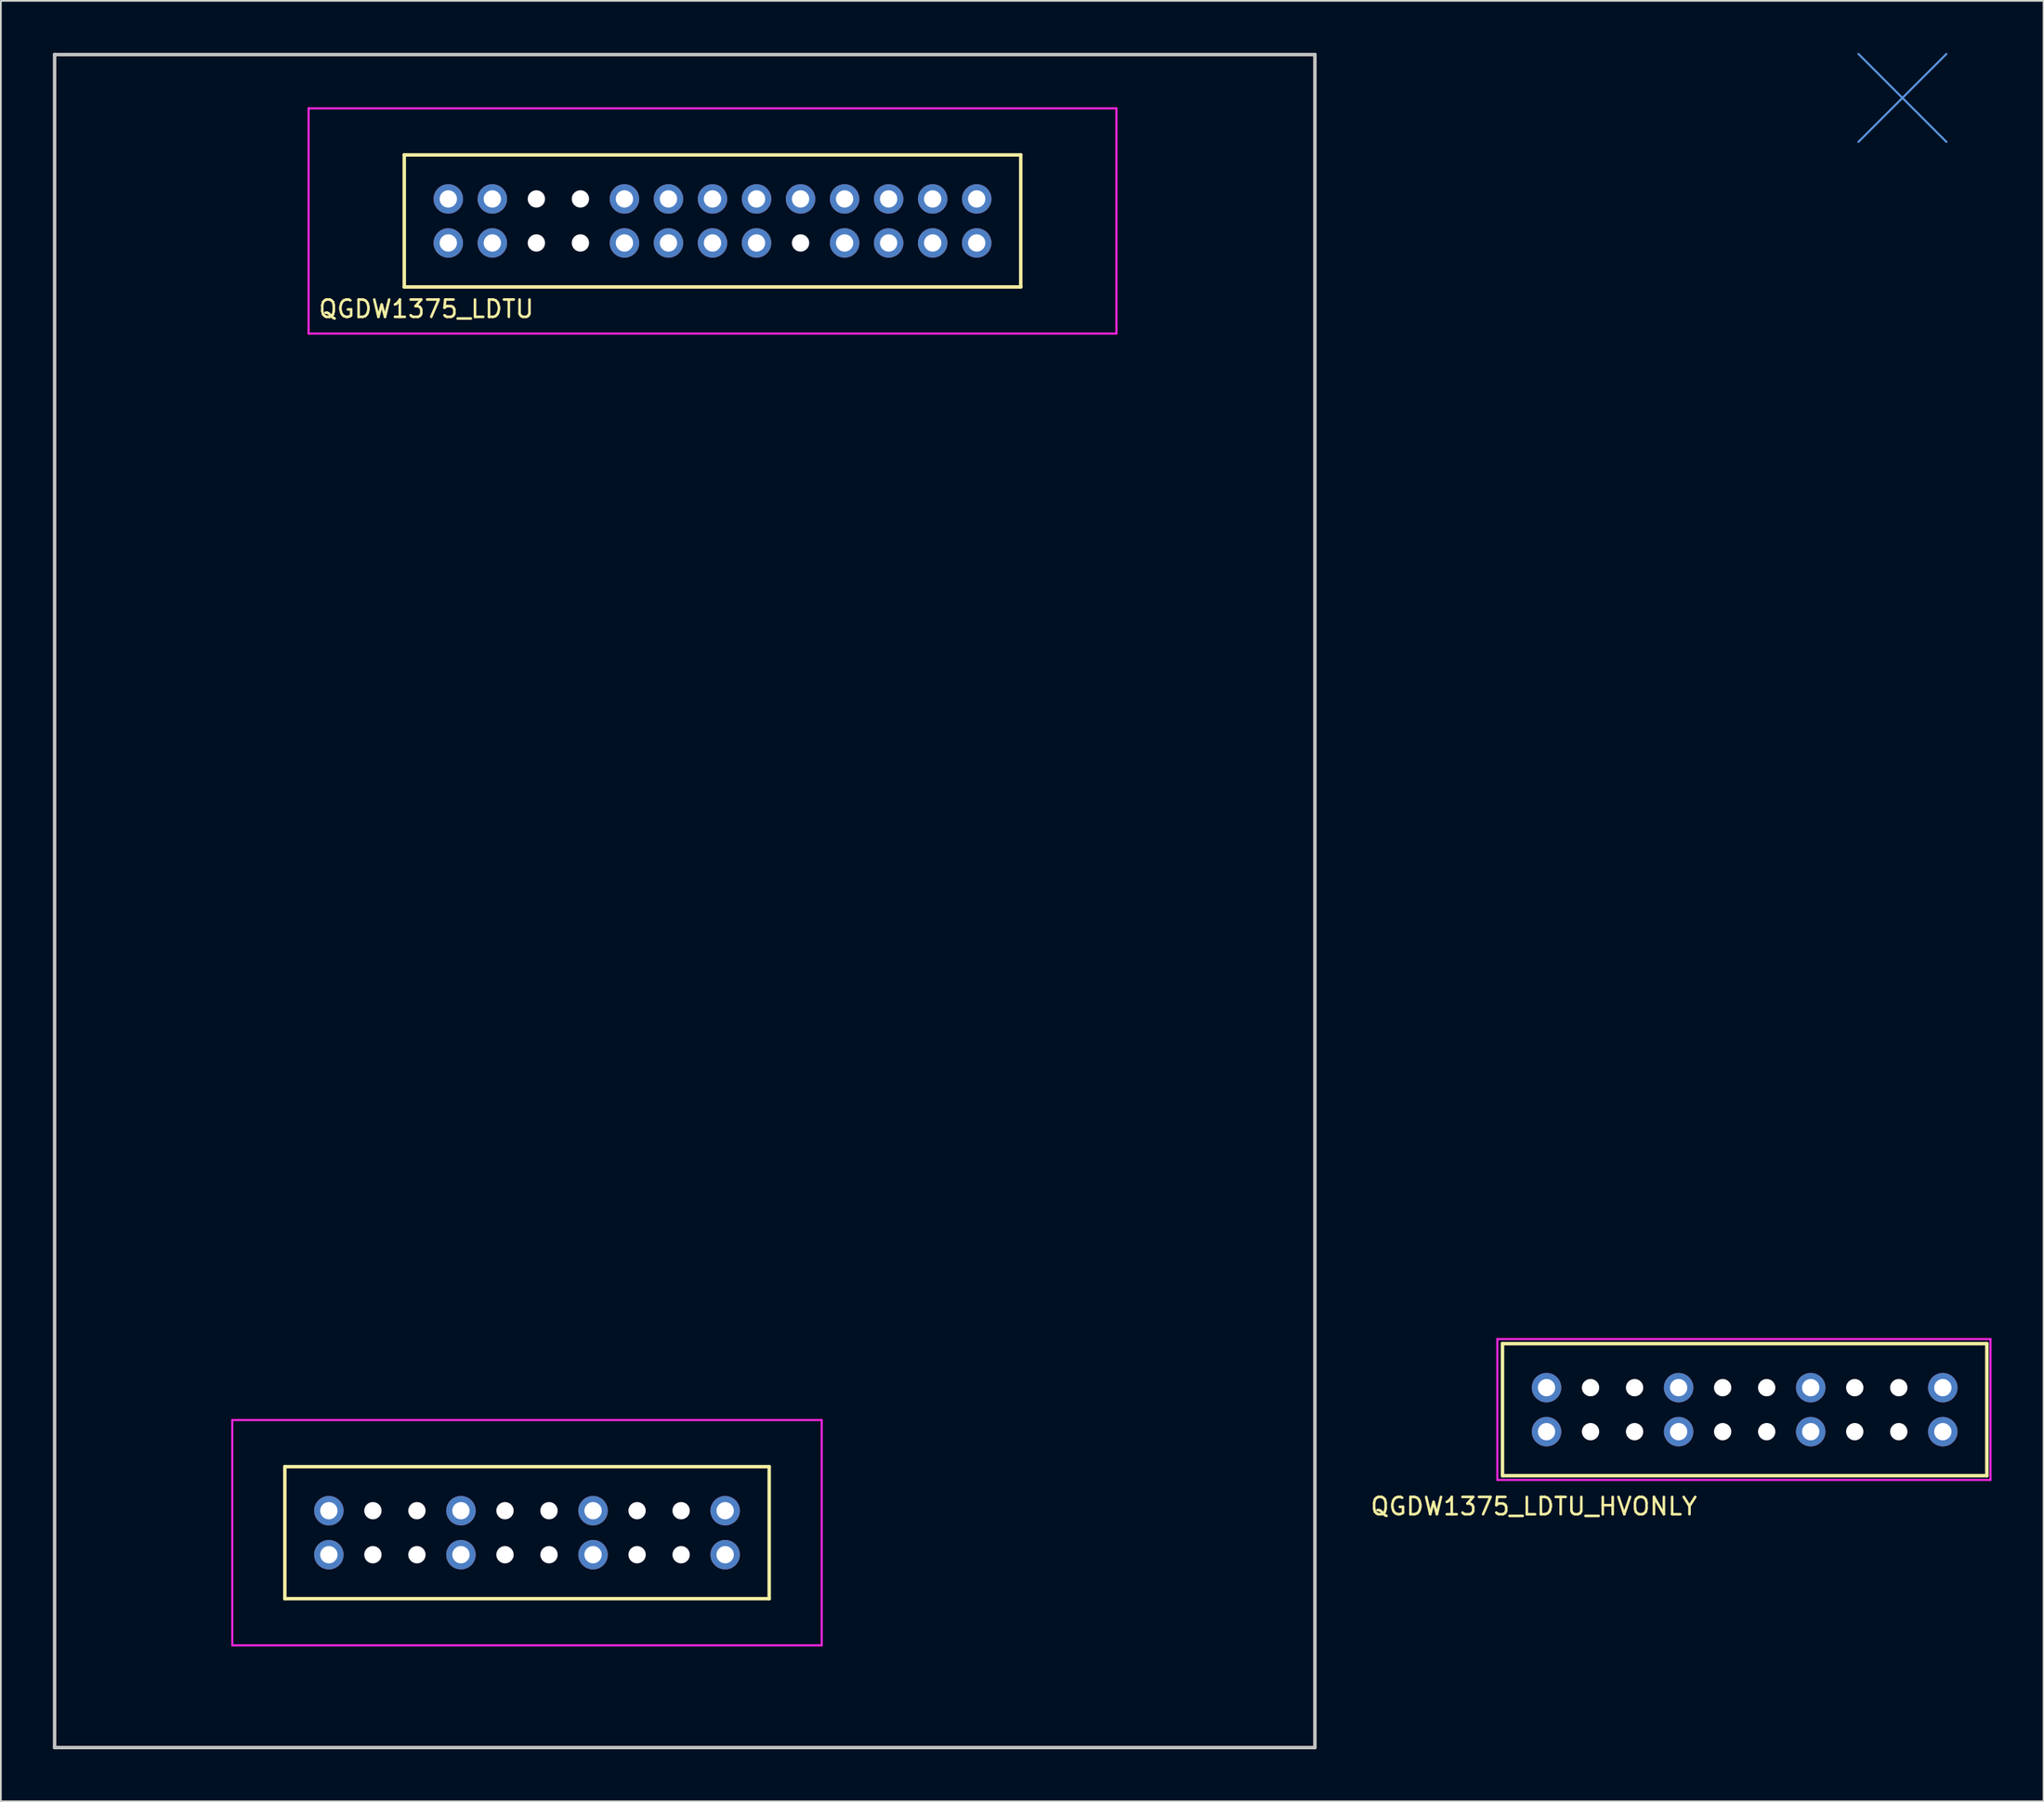
<source format=kicad_pcb>
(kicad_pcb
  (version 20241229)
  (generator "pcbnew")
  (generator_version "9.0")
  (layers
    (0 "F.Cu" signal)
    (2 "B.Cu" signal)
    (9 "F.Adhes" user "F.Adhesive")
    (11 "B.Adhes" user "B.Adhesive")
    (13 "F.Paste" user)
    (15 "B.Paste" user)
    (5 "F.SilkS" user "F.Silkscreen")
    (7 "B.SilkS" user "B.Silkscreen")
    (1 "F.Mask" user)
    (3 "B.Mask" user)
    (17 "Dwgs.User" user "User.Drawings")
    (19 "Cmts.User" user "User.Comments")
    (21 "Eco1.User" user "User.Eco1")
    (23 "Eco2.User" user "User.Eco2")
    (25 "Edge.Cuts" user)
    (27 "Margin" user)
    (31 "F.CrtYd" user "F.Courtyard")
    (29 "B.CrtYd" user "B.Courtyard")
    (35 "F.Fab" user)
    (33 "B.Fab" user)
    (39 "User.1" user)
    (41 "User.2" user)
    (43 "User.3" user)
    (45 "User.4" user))
  (footprint "QGDW1375_LDTU"
    (layer "F.Cu")
    (at 36.45 9.7)
    (property "Reference" "QGDW1375_LDTU" (at -14.91 5.08 0) (layer "F.SilkS") (effects (font (size 1 1) (thickness 0.15))))
    (attr through_hole)
    (fp_line (start -23.07 71.89) (end -23.07 79.51) (stroke (width 0.2) (type solid)) (layer "F.SilkS"))
    (fp_line (start -23.07 79.51) (end 4.87 79.51) (stroke (width 0.2) (type solid)) (layer "F.SilkS"))
    (fp_line (start -16.18 -3.81) (end -16.18 3.81) (stroke (width 0.2) (type solid)) (layer "F.SilkS"))
    (fp_line (start -16.18 -3.81) (end 19.38 -3.81) (stroke (width 0.2) (type solid)) (layer "F.SilkS"))
    (fp_line (start -16.18 3.81) (end 19.38 3.81) (stroke (width 0.2) (type solid)) (layer "F.SilkS"))
    (fp_line (start 4.87 71.89) (end -23.07 71.89) (stroke (width 0.2) (type solid)) (layer "F.SilkS"))
    (fp_line (start 4.87 79.51) (end 4.87 71.89) (stroke (width 0.2) (type solid)) (layer "F.SilkS"))
    (fp_line (start 19.38 3.81) (end 19.38 -3.81) (stroke (width 0.2) (type solid)) (layer "F.SilkS"))
    (fp_line (start -36.35 -9.6) (end -36.35 88.1) (stroke (width 0.2) (type solid)) (layer "Dwgs.User"))
    (fp_line (start -36.35 -9.6) (end 36.35 -9.6) (stroke (width 0.2) (type solid)) (layer "Dwgs.User"))
    (fp_line (start -36.35 88.1) (end 36.35 88.1) (stroke (width 0.2) (type solid)) (layer "Dwgs.User"))
    (fp_line (start 36.35 -9.6) (end 36.35 88.1) (stroke (width 0.2) (type solid)) (layer "Dwgs.User"))
    (fp_line (start -26.1 69.2) (end -26.1 82.2) (stroke (width 0.12) (type solid)) (layer "F.CrtYd"))
    (fp_line (start -26.1 82.2) (end 7.9 82.2) (stroke (width 0.12) (type solid)) (layer "F.CrtYd"))
    (fp_line (start -21.7 -6.5) (end -21.7 6.5) (stroke (width 0.12) (type solid)) (layer "F.CrtYd"))
    (fp_line (start -21.7 6.5) (end 24.9 6.5) (stroke (width 0.12) (type solid)) (layer "F.CrtYd"))
    (fp_line (start 7.9 69.2) (end -26.1 69.2) (stroke (width 0.12) (type solid)) (layer "F.CrtYd"))
    (fp_line (start 7.9 69.2) (end 7.9 82.2) (stroke (width 0.12) (type solid)) (layer "F.CrtYd"))
    (fp_line (start 24.9 -6.5) (end -21.7 -6.5) (stroke (width 0.12) (type solid)) (layer "F.CrtYd"))
    (fp_line (start 24.9 -6.5) (end 24.9 6.5) (stroke (width 0.12) (type solid)) (layer "F.CrtYd"))
    (pad "" np_thru_hole circle (at -17.99 74.43) (size 1 1) (drill 1) (layers "*.Cu" "*.Mask"))
    (pad "" np_thru_hole circle (at -17.99 76.97) (size 1 1) (drill 1) (layers "*.Cu" "*.Mask"))
    (pad "" np_thru_hole circle (at -15.45 74.43) (size 1 1) (drill 1) (layers "*.Cu" "*.Mask"))
    (pad "" np_thru_hole circle (at -15.45 76.97) (size 1 1) (drill 1) (layers "*.Cu" "*.Mask"))
    (pad "" np_thru_hole circle (at -10.37 74.43) (size 1 1) (drill 1) (layers "*.Cu" "*.Mask"))
    (pad "" np_thru_hole circle (at -10.37 76.97) (size 1 1) (drill 1) (layers "*.Cu" "*.Mask"))
    (pad "" np_thru_hole circle (at -8.56 -1.27) (size 1 1) (drill 1) (layers "*.Cu" "*.Mask"))
    (pad "" np_thru_hole circle (at -8.56 1.27) (size 1 1) (drill 1) (layers "*.Cu" "*.Mask"))
    (pad "" np_thru_hole circle (at -7.83 74.43) (size 1 1) (drill 1) (layers "*.Cu" "*.Mask"))
    (pad "" np_thru_hole circle (at -7.83 76.97) (size 1 1) (drill 1) (layers "*.Cu" "*.Mask"))
    (pad "" np_thru_hole circle (at -6.02 -1.27) (size 1 1) (drill 1) (layers "*.Cu" "*.Mask"))
    (pad "" np_thru_hole circle (at -6.02 1.27) (size 1 1) (drill 1) (layers "*.Cu" "*.Mask"))
    (pad "" np_thru_hole circle (at -2.75 74.43) (size 1 1) (drill 1) (layers "*.Cu" "*.Mask"))
    (pad "" np_thru_hole circle (at -2.75 76.97) (size 1 1) (drill 1) (layers "*.Cu" "*.Mask"))
    (pad "" np_thru_hole circle (at -0.21 74.43) (size 1 1) (drill 1) (layers "*.Cu" "*.Mask"))
    (pad "" np_thru_hole circle (at -0.21 76.97) (size 1 1) (drill 1) (layers "*.Cu" "*.Mask"))
    (pad "" np_thru_hole circle (at 6.68 1.27) (size 1 1) (drill 1) (layers "*.Cu" "*.Mask"))
    (pad "1" thru_hole circle (at -13.64 1.27) (size 1.7 1.7) (drill 1) (layers "*.Cu" "*.Mask"))
    (pad "2" thru_hole circle (at -13.64 -1.27) (size 1.7 1.7) (drill 1) (layers "*.Cu" "*.Mask"))
    (pad "3" thru_hole circle (at -11.1 1.27) (size 1.7 1.7) (drill 1) (layers "*.Cu" "*.Mask"))
    (pad "4" thru_hole circle (at -11.1 -1.27) (size 1.7 1.7) (drill 1) (layers "*.Cu" "*.Mask"))
    (pad "9" thru_hole circle (at -3.48 1.27) (size 1.7 1.7) (drill 1) (layers "*.Cu" "*.Mask"))
    (pad "10" thru_hole circle (at -3.48 -1.27) (size 1.7 1.7) (drill 1) (layers "*.Cu" "*.Mask"))
    (pad "11" thru_hole circle (at -0.94 1.27) (size 1.7 1.7) (drill 1) (layers "*.Cu" "*.Mask"))
    (pad "12" thru_hole circle (at -0.94 -1.27) (size 1.7 1.7) (drill 1) (layers "*.Cu" "*.Mask"))
    (pad "13" thru_hole circle (at 1.6 1.27) (size 1.7 1.7) (drill 1) (layers "*.Cu" "*.Mask"))
    (pad "14" thru_hole circle (at 1.6 -1.27) (size 1.7 1.7) (drill 1) (layers "*.Cu" "*.Mask"))
    (pad "15" thru_hole circle (at 4.14 1.27) (size 1.7 1.7) (drill 1) (layers "*.Cu" "*.Mask"))
    (pad "16" thru_hole circle (at 4.14 -1.27) (size 1.7 1.7) (drill 1) (layers "*.Cu" "*.Mask"))
    (pad "18" thru_hole circle (at 6.68 -1.27) (size 1.7 1.7) (drill 1) (layers "*.Cu" "*.Mask"))
    (pad "19" thru_hole circle (at 9.22 1.27) (size 1.7 1.7) (drill 1) (layers "*.Cu" "*.Mask"))
    (pad "20" thru_hole circle (at 9.22 -1.27) (size 1.7 1.7) (drill 1) (layers "*.Cu" "*.Mask"))
    (pad "21" thru_hole circle (at 11.76 1.27) (size 1.7 1.7) (drill 1) (layers "*.Cu" "*.Mask"))
    (pad "22" thru_hole circle (at 11.76 -1.27) (size 1.7 1.7) (drill 1) (layers "*.Cu" "*.Mask"))
    (pad "23" thru_hole circle (at 14.3 1.27) (size 1.7 1.7) (drill 1) (layers "*.Cu" "*.Mask"))
    (pad "24" thru_hole circle (at 14.3 -1.27) (size 1.7 1.7) (drill 1) (layers "*.Cu" "*.Mask"))
    (pad "25" thru_hole circle (at 16.84 1.27) (size 1.7 1.7) (drill 1) (layers "*.Cu" "*.Mask"))
    (pad "26" thru_hole circle (at 16.84 -1.27) (size 1.7 1.7) (drill 1) (layers "*.Cu" "*.Mask"))
    (pad "P1" thru_hole circle (at -20.53 76.97) (size 1.7 1.7) (drill 1) (layers "*.Cu" "*.Mask"))
    (pad "P2" thru_hole circle (at -20.53 74.43) (size 1.7 1.7) (drill 1) (layers "*.Cu" "*.Mask"))
    (pad "P7" thru_hole circle (at -12.91 76.97) (size 1.7 1.7) (drill 1) (layers "*.Cu" "*.Mask"))
    (pad "P8" thru_hole circle (at -12.91 74.43) (size 1.7 1.7) (drill 1) (layers "*.Cu" "*.Mask"))
    (pad "P13" thru_hole circle (at -5.29 76.97) (size 1.7 1.7) (drill 1) (layers "*.Cu" "*.Mask"))
    (pad "P14" thru_hole circle (at -5.29 74.43) (size 1.7 1.7) (drill 1) (layers "*.Cu" "*.Mask"))
    (pad "P19" thru_hole circle (at 2.33 76.97) (size 1.7 1.7) (drill 1) (layers "*.Cu" "*.Mask"))
    (pad "P20" thru_hole circle (at 2.33 74.43) (size 1.7 1.7) (drill 1) (layers "*.Cu" "*.Mask")))
  (footprint "QGDW1375_LDTU_HVONLY"
    (layer "F.Cu")
    (at 106.69 2.6)
    (property "Reference" "QGDW1375_LDTU_HVONLY" (at -21.26 81.28 0) (layer "F.SilkS") (effects (font (size 1 1) (thickness 0.15))))
    (attr through_hole)
    (fp_line (start -23.07 71.89) (end -23.07 79.51) (stroke (width 0.2) (type solid)) (layer "F.SilkS"))
    (fp_line (start -23.07 79.51) (end 4.87 79.51) (stroke (width 0.2) (type solid)) (layer "F.SilkS"))
    (fp_line (start 4.87 71.89) (end -23.07 71.89) (stroke (width 0.2) (type solid)) (layer "F.SilkS"))
    (fp_line (start 4.87 79.51) (end 4.87 71.89) (stroke (width 0.2) (type solid)) (layer "F.SilkS"))
    (fp_line (start -2.54 -2.54) (end 2.54 2.54) (stroke (width 0.12) (type solid)) (layer "Cmts.User"))
    (fp_line (start 2.54 -2.54) (end -2.54 2.54) (stroke (width 0.12) (type solid)) (layer "Cmts.User"))
    (fp_line (start -23.368 71.628) (end -23.368 79.756) (stroke (width 0.12) (type solid)) (layer "F.CrtYd"))
    (fp_line (start -23.368 79.756) (end 5.08 79.756) (stroke (width 0.12) (type solid)) (layer "F.CrtYd"))
    (fp_line (start 5.08 71.628) (end -23.368 71.628) (stroke (width 0.12) (type solid)) (layer "F.CrtYd"))
    (fp_line (start 5.08 71.628) (end 5.08 79.756) (stroke (width 0.12) (type solid)) (layer "F.CrtYd"))
    (pad "" np_thru_hole circle (at -17.99 74.43) (size 1 1) (drill 1) (layers "*.Cu" "*.Mask"))
    (pad "" np_thru_hole circle (at -17.99 76.97) (size 1 1) (drill 1) (layers "*.Cu" "*.Mask"))
    (pad "" np_thru_hole circle (at -15.45 74.43) (size 1 1) (drill 1) (layers "*.Cu" "*.Mask"))
    (pad "" np_thru_hole circle (at -15.45 76.97) (size 1 1) (drill 1) (layers "*.Cu" "*.Mask"))
    (pad "" np_thru_hole circle (at -10.37 74.43) (size 1 1) (drill 1) (layers "*.Cu" "*.Mask"))
    (pad "" np_thru_hole circle (at -10.37 76.97) (size 1 1) (drill 1) (layers "*.Cu" "*.Mask"))
    (pad "" np_thru_hole circle (at -7.83 74.43) (size 1 1) (drill 1) (layers "*.Cu" "*.Mask"))
    (pad "" np_thru_hole circle (at -7.83 76.97) (size 1 1) (drill 1) (layers "*.Cu" "*.Mask"))
    (pad "" np_thru_hole circle (at -2.75 74.43) (size 1 1) (drill 1) (layers "*.Cu" "*.Mask"))
    (pad "" np_thru_hole circle (at -2.75 76.97) (size 1 1) (drill 1) (layers "*.Cu" "*.Mask"))
    (pad "" np_thru_hole circle (at -0.21 74.43) (size 1 1) (drill 1) (layers "*.Cu" "*.Mask"))
    (pad "" np_thru_hole circle (at -0.21 76.97) (size 1 1) (drill 1) (layers "*.Cu" "*.Mask"))
    (pad "1" thru_hole circle (at -20.53 76.97) (size 1.7 1.7) (drill 1) (layers "*.Cu" "*.Mask"))
    (pad "2" thru_hole circle (at -20.53 74.43) (size 1.7 1.7) (drill 1) (layers "*.Cu" "*.Mask"))
    (pad "7" thru_hole circle (at -12.91 76.97) (size 1.7 1.7) (drill 1) (layers "*.Cu" "*.Mask"))
    (pad "8" thru_hole circle (at -12.91 74.43) (size 1.7 1.7) (drill 1) (layers "*.Cu" "*.Mask"))
    (pad "13" thru_hole circle (at -5.29 76.97) (size 1.7 1.7) (drill 1) (layers "*.Cu" "*.Mask"))
    (pad "14" thru_hole circle (at -5.29 74.43) (size 1.7 1.7) (drill 1) (layers "*.Cu" "*.Mask"))
    (pad "19" thru_hole circle (at 2.33 76.97) (size 1.7 1.7) (drill 1) (layers "*.Cu" "*.Mask"))
    (pad "20" thru_hole circle (at 2.33 74.43) (size 1.7 1.7) (drill 1) (layers "*.Cu" "*.Mask")))
  (gr_rect
    (start -3 -3)
    (end 114.83 100.9)
    (stroke (width 0.1) (type default))
    (fill no)
    (layer "Edge.Cuts")))
</source>
